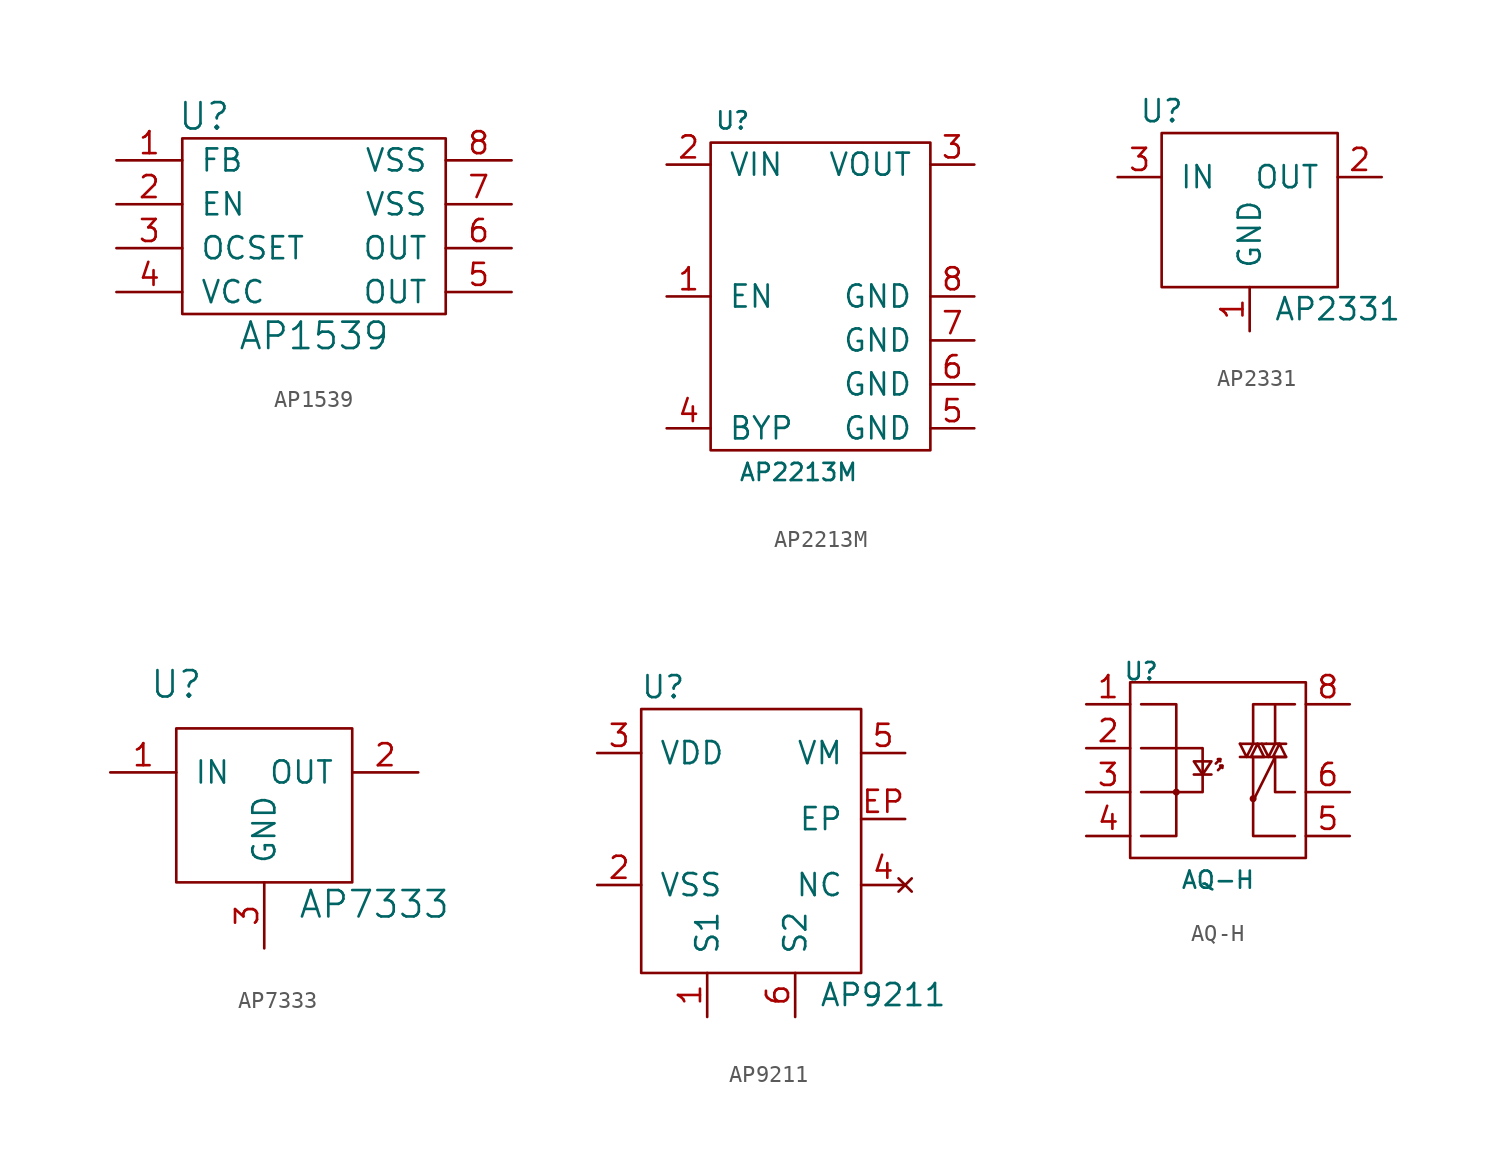
<source format=kicad_sym>
(kicad_symbol_lib
  (version 20210619)
  (generator kicad_symbol_editor)
  (symbol "tinkerforge:AP1539"
    (pin_names
      (offset 1.016))
    (property "Reference" "U"
      (at -6.35 6.35 0)
      (effects (font (size 1.524 1.524))))
    (property "Value" "AP1539"
      (at 0 -6.35 0)
      (effects (font (size 1.524 1.524))))
    (property "Footprint" ""
      (at 0 0 0)
      (effects (font (size 1.524 1.524))))
    (property "Datasheet" ""
      (at 0 0 0)
      (effects (font (size 1.524 1.524))))
    (symbol "AP1539_0_1"
      (rectangle (start -7.62 5.08) (end 7.62 -5.08) (stroke (width 0)) (fill (type none))))
    (symbol "AP1539_1_1"
      (pin passive line (at -11.43 3.81 0) (length 3.81) (name "FB" (effects (font (size 1.27 1.27)))) (number "1" (effects (font (size 1.27 1.27)))))
      (pin passive line (at -11.43 1.27 0) (length 3.81) (name "EN" (effects (font (size 1.27 1.27)))) (number "2" (effects (font (size 1.27 1.27)))))
      (pin passive line (at -11.43 -1.27 0) (length 3.81) (name "OCSET" (effects (font (size 1.27 1.27)))) (number "3" (effects (font (size 1.27 1.27)))))
      (pin passive line (at -11.43 -3.81 0) (length 3.81) (name "VCC" (effects (font (size 1.27 1.27)))) (number "4" (effects (font (size 1.27 1.27)))))
      (pin passive line (at 11.43 -3.81 180) (length 3.81) (name "OUT" (effects (font (size 1.27 1.27)))) (number "5" (effects (font (size 1.27 1.27)))))
      (pin passive line (at 11.43 -1.27 180) (length 3.81) (name "OUT" (effects (font (size 1.27 1.27)))) (number "6" (effects (font (size 1.27 1.27)))))
      (pin passive line (at 11.43 1.27 180) (length 3.81) (name "VSS" (effects (font (size 1.27 1.27)))) (number "7" (effects (font (size 1.27 1.27)))))
      (pin passive line (at 11.43 3.81 180) (length 3.81) (name "VSS" (effects (font (size 1.27 1.27)))) (number "8" (effects (font (size 1.27 1.27)))))))
  (symbol "tinkerforge:AP2213M"
    (pin_names
      (offset 1.016))
    (property "Reference" "U"
      (at -3.81 10.16 0)
      (effects (font (size 0.991 0.991))))
    (property "Value" "AP2213M"
      (at 0 -10.16 0)
      (effects (font (size 0.991 0.991))))
    (symbol "AP2213M_0_1"
      (rectangle (start -5.08 8.89) (end 7.62 -8.89) (stroke (width 0)) (fill (type none))))
    (symbol "AP2213M_1_1"
      (pin passive line (at -7.62 0 0) (length 2.54) (name "EN" (effects (font (size 1.27 1.27)))) (number "1" (effects (font (size 1.27 1.27)))))
      (pin passive line (at -7.62 7.62 0) (length 2.54) (name "VIN" (effects (font (size 1.27 1.27)))) (number "2" (effects (font (size 1.27 1.27)))))
      (pin passive line (at 10.16 7.62 180) (length 2.54) (name "VOUT" (effects (font (size 1.27 1.27)))) (number "3" (effects (font (size 1.27 1.27)))))
      (pin passive line (at -7.62 -7.62 0) (length 2.54) (name "BYP" (effects (font (size 1.27 1.27)))) (number "4" (effects (font (size 1.27 1.27)))))
      (pin passive line (at 10.16 -7.62 180) (length 2.54) (name "GND" (effects (font (size 1.27 1.27)))) (number "5" (effects (font (size 1.27 1.27)))))
      (pin passive line (at 10.16 -5.08 180) (length 2.54) (name "GND" (effects (font (size 1.27 1.27)))) (number "6" (effects (font (size 1.27 1.27)))))
      (pin passive line (at 10.16 -2.54 180) (length 2.54) (name "GND" (effects (font (size 1.27 1.27)))) (number "7" (effects (font (size 1.27 1.27)))))
      (pin passive line (at 10.16 0 180) (length 2.54) (name "GND" (effects (font (size 1.27 1.27)))) (number "8" (effects (font (size 1.27 1.27)))))))
  (symbol "tinkerforge:AP2331"
    (pin_names
      (offset 1.016))
    (property "Reference" "U"
      (at -5.08 3.81 0)
      (effects (font (size 1.27 1.27))))
    (property "Value" "AP2331"
      (at 5.08 -7.62 0)
      (effects (font (size 1.27 1.27))))
    (symbol "AP2331_0_1"
      (rectangle (start 5.08 2.54) (end -5.08 -6.35) (stroke (width 0)) (fill (type none))))
    (symbol "AP2331_1_1"
      (pin passive line (at 0 -8.89 90) (length 2.54) (name "GND" (effects (font (size 1.27 1.27)))) (number "1" (effects (font (size 1.27 1.27)))))
      (pin passive line (at 7.62 0 180) (length 2.54) (name "OUT" (effects (font (size 1.27 1.27)))) (number "2" (effects (font (size 1.27 1.27)))))
      (pin passive line (at -7.62 0 0) (length 2.54) (name "IN" (effects (font (size 1.27 1.27)))) (number "3" (effects (font (size 1.27 1.27)))))))
  (symbol "tinkerforge:AP7333"
    (pin_names
      (offset 1.016))
    (property "Reference" "U"
      (at -5.08 5.08 0)
      (effects (font (size 1.524 1.524))))
    (property "Value" "AP7333"
      (at 6.35 -7.62 0)
      (effects (font (size 1.524 1.524))))
    (property "Footprint" ""
      (at 0 0 0)
      (effects (font (size 1.524 1.524))))
    (property "Datasheet" ""
      (at 0 0 0)
      (effects (font (size 1.524 1.524))))
    (symbol "AP7333_0_1"
      (rectangle (start -5.08 2.54) (end 5.08 -6.35) (stroke (width 0)) (fill (type none))))
    (symbol "AP7333_1_1"
      (pin passive line (at -8.89 0 0) (length 3.81) (name "IN" (effects (font (size 1.27 1.27)))) (number "1" (effects (font (size 1.27 1.27)))))
      (pin passive line (at 8.89 0 180) (length 3.81) (name "OUT" (effects (font (size 1.27 1.27)))) (number "2" (effects (font (size 1.27 1.27)))))
      (pin passive line (at 0 -10.16 90) (length 3.81) (name "GND" (effects (font (size 1.27 1.27)))) (number "3" (effects (font (size 1.27 1.27)))))))
  (symbol "tinkerforge:AP9211"
    (pin_names
      (offset 1.016))
    (property "Reference" "U"
      (at -5.08 7.62 0)
      (effects (font (size 1.27 1.27))))
    (property "Value" "AP9211"
      (at 7.62 -10.16 0)
      (effects (font (size 1.27 1.27))))
    (symbol "AP9211_0_1"
      (rectangle (start -6.35 6.35) (end 6.35 -8.89) (stroke (width 0)) (fill (type none))))
    (symbol "AP9211_1_1"
      (pin passive line (at -2.54 -11.43 90) (length 2.54) (name "S1" (effects (font (size 1.27 1.27)))) (number "1" (effects (font (size 1.27 1.27)))))
      (pin passive line (at -8.89 -3.81 0) (length 2.54) (name "VSS" (effects (font (size 1.27 1.27)))) (number "2" (effects (font (size 1.27 1.27)))))
      (pin passive line (at -8.89 3.81 0) (length 2.54) (name "VDD" (effects (font (size 1.27 1.27)))) (number "3" (effects (font (size 1.27 1.27)))))
      (pin no_connect line (at 8.89 -3.81 180) (length 2.54) (name "NC" (effects (font (size 1.27 1.27)))) (number "4" (effects (font (size 1.27 1.27)))))
      (pin passive line (at 8.89 3.81 180) (length 2.54) (name "VM" (effects (font (size 1.27 1.27)))) (number "5" (effects (font (size 1.27 1.27)))))
      (pin passive line (at 2.54 -11.43 90) (length 2.54) (name "S2" (effects (font (size 1.27 1.27)))) (number "6" (effects (font (size 1.27 1.27)))))
      (pin passive line (at 8.89 0 180) (length 2.54) (name "EP" (effects (font (size 1.27 1.27)))) (number "EP" (effects (font (size 1.27 1.27)))))))
  (symbol "tinkerforge:AQ-H"
    (pin_names
      (offset 1.016))
    (property "Reference" "U"
      (at -4.445 5.715 0)
      (effects (font (size 0.991 0.991))))
    (property "Value" "AQ-H"
      (at 0 -6.35 0)
      (effects (font (size 0.991 0.991))))
    (symbol "AQ-H_0_1"
      (circle (center -2.413 -1.27) (radius 0.127) (stroke (width 0)) (fill (type none)))
      (circle (center 2.032 -1.651) (radius 0.127) (stroke (width 0)) (fill (type none)))
      (rectangle (start -5.08 5.08) (end 5.08 -5.08) (stroke (width 0)) (fill (type none)))
      (polyline (pts (xy -4.445 -1.27) (xy -2.413 -1.27)) (stroke (width 0)) (fill (type none)))
      (polyline (pts (xy -1.397 -0.254) (xy -0.381 -0.254)) (stroke (width 0)) (fill (type none)))
      (polyline (pts (xy -0.127 0.381) (xy 0.127 0.635)) (stroke (width 0)) (fill (type none)))
      (polyline (pts (xy 0.127 0.635) (xy 0 0.635)) (stroke (width 0)) (fill (type none)))
      (polyline (pts (xy 1.27 0.762) (xy 3.937 0.762)) (stroke (width 0)) (fill (type none)))
      (polyline (pts (xy 1.27 1.524) (xy 2.794 1.524)) (stroke (width 0)) (fill (type none)))
      (polyline (pts (xy 2.286 1.524) (xy 2.286 1.524)) (stroke (width 0)) (fill (type none)))
      (polyline (pts (xy 2.794 1.524) (xy 3.556 1.524)) (stroke (width 0)) (fill (type none)))
      (polyline (pts (xy 3.302 0.762) (xy 2.032 -1.778)) (stroke (width 0)) (fill (type none)))
      (polyline (pts (xy 3.302 1.524) (xy 3.302 3.81)) (stroke (width 0)) (fill (type none)))
      (polyline (pts (xy 3.556 1.524) (xy 3.937 1.524)) (stroke (width 0)) (fill (type none)))
      (polyline (pts (xy 0 0) (xy 0.254 0.254) (xy 0.127 0.254)) (stroke (width 0)) (fill (type none)))
      (polyline (pts (xy 0 0.635) (xy 0.127 0.635) (xy 0.127 0.508)) (stroke (width 0)) (fill (type none)))
      (polyline (pts (xy 0.127 0.254) (xy 0.254 0.254) (xy 0.254 0.127)) (stroke (width 0)) (fill (type none)))
      (polyline (pts (xy 1.27 1.524) (xy 1.651 0.762) (xy 2.032 1.524)) (stroke (width 0)) (fill (type none)))
      (polyline (pts (xy 2.032 0.762) (xy 2.032 -3.81) (xy 4.445 -3.81)) (stroke (width 0)) (fill (type none)))
      (polyline (pts (xy 2.54 1.524) (xy 2.921 0.762) (xy 3.302 1.524)) (stroke (width 0)) (fill (type none)))
      (polyline (pts (xy 3.302 0.762) (xy 3.302 -1.27) (xy 4.445 -1.27)) (stroke (width 0)) (fill (type none)))
      (polyline (pts (xy 4.445 3.81) (xy 2.032 3.81) (xy 2.032 1.524)) (stroke (width 0)) (fill (type none)))
      (polyline (pts (xy -4.445 -3.81) (xy -2.413 -3.81) (xy -2.413 3.81) (xy -4.445 3.81)) (stroke (width 0)) (fill (type none)))
      (polyline (pts (xy -4.445 1.27) (xy -0.889 1.27) (xy -0.889 -1.27) (xy -2.413 -1.27)) (stroke (width 0)) (fill (type none)))
      (polyline (pts (xy -1.397 0.508) (xy -0.381 0.508) (xy -0.889 -0.254) (xy -1.397 0.508)) (stroke (width 0)) (fill (type none)))
      (polyline (pts (xy 2.286 1.524) (xy 1.905 0.762) (xy 2.667 0.762) (xy 2.286 1.524)) (stroke (width 0)) (fill (type none)))
      (polyline (pts (xy 3.302 1.524) (xy 3.556 1.524) (xy 3.175 0.762) (xy 3.937 0.762) (xy 3.556 1.524)) (stroke (width 0)) (fill (type none))))
    (symbol "AQ-H_1_1"
      (pin passive line (at -7.62 3.81 0) (length 2.54) (name "~" (effects (font (size 1.27 1.27)))) (number "1" (effects (font (size 1.27 1.27)))))
      (pin passive line (at -7.62 1.27 0) (length 2.54) (name "~" (effects (font (size 1.27 1.27)))) (number "2" (effects (font (size 1.27 1.27)))))
      (pin passive line (at -7.62 -1.27 0) (length 2.54) (name "~" (effects (font (size 1.27 1.27)))) (number "3" (effects (font (size 1.27 1.27)))))
      (pin passive line (at -7.62 -3.81 0) (length 2.54) (name "~" (effects (font (size 1.27 1.27)))) (number "4" (effects (font (size 1.27 1.27)))))
      (pin passive line (at 7.62 -3.81 180) (length 2.54) (name "~" (effects (font (size 1.27 1.27)))) (number "5" (effects (font (size 1.27 1.27)))))
      (pin passive line (at 7.62 -1.27 180) (length 2.54) (name "~" (effects (font (size 1.27 1.27)))) (number "6" (effects (font (size 1.27 1.27)))))
      (pin passive line (at 7.62 3.81 180) (length 2.54) (name "~" (effects (font (size 1.27 1.27)))) (number "8" (effects (font (size 1.27 1.27))))))))
</source>
